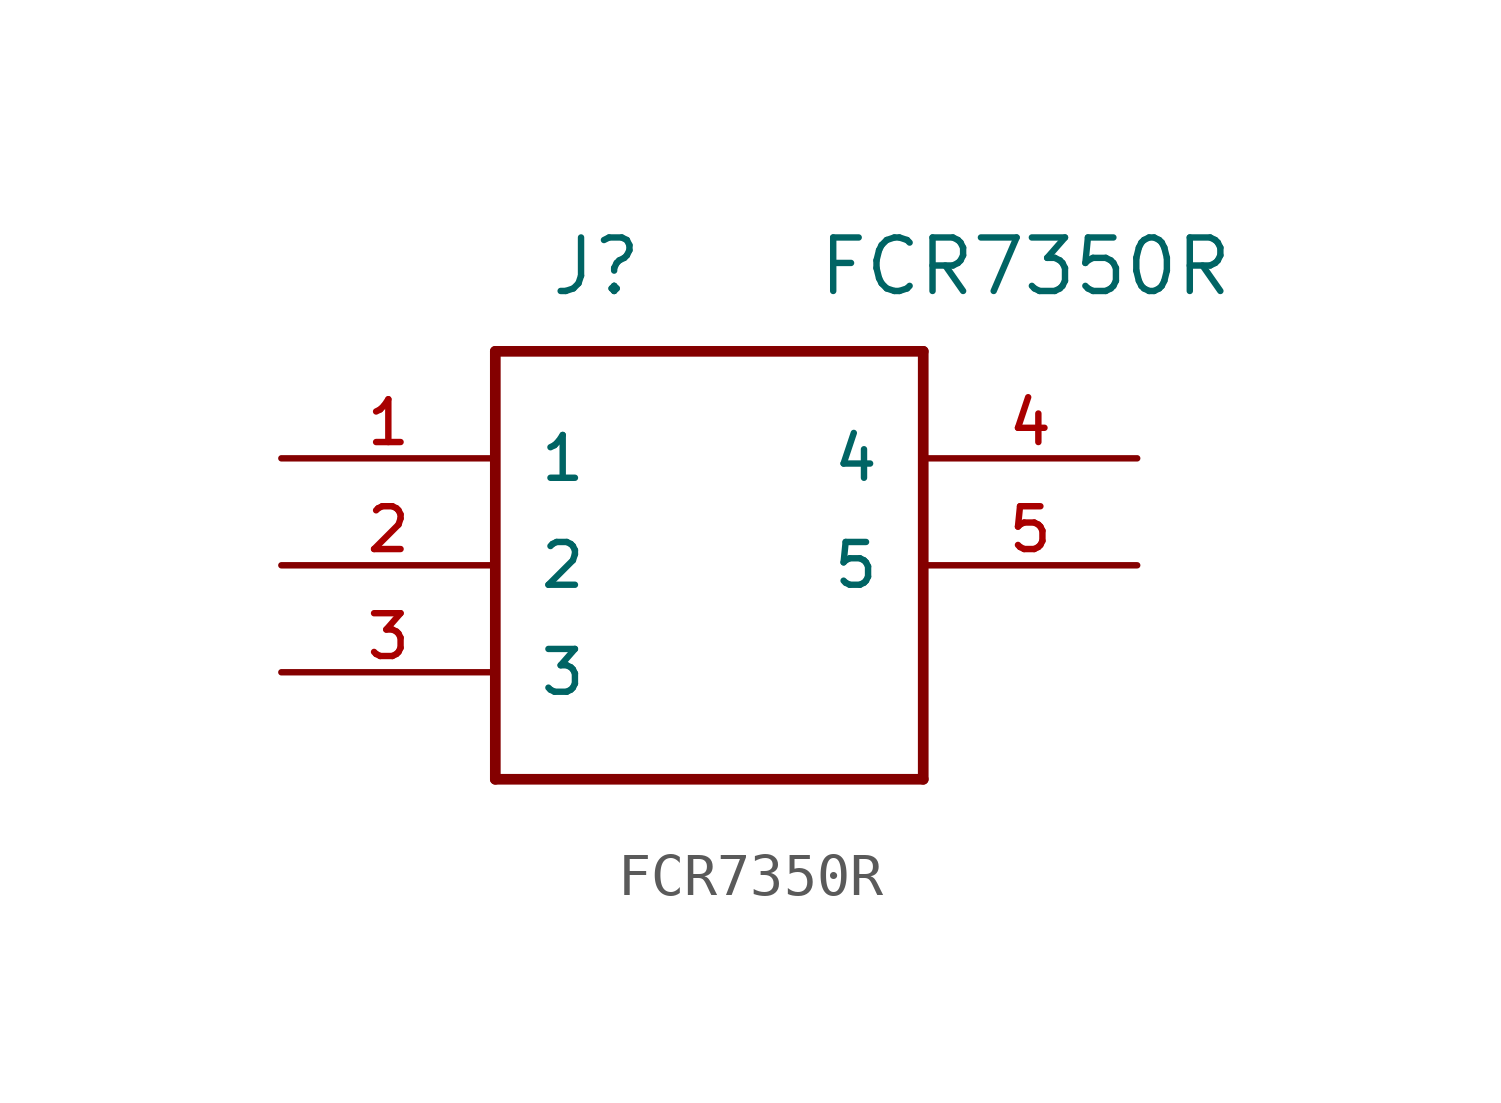
<source format=kicad_sym>
(kicad_symbol_lib
  (version 20211014)
  (generator kicad_symbol_editor)
  (symbol "FCR7350R"
    (pin_names
      (offset 1.016))
    (property "Reference" "J"
      (at 6.35 3.81 0)
      (effects (font (size 1.27 1.27)) (justify left bottom)))
    (property "Value" "FCR7350R"
      (at 12.7 3.81 0)
      (effects (font (size 1.27 1.27)) (justify left bottom)))
    (symbol "FCR7350R_0_0"
      (polyline (pts (xy 5.08 2.54) (xy 5.08 -7.62)) (stroke (width 0.254) (type default) (color 0 0 0 0)) (fill (type none)))
      (polyline (pts (xy 5.08 2.54) (xy 15.24 2.54)) (stroke (width 0.254) (type default) (color 0 0 0 0)) (fill (type none)))
      (polyline (pts (xy 15.24 -7.62) (xy 5.08 -7.62)) (stroke (width 0.254) (type default) (color 0 0 0 0)) (fill (type none)))
      (polyline (pts (xy 15.24 -7.62) (xy 15.24 2.54)) (stroke (width 0.254) (type default) (color 0 0 0 0)) (fill (type none)))
      (pin bidirectional line (at 0 0 0) (length 5.08) (name "1" (effects (font (size 1.016 1.016)))) (number "1" (effects (font (size 1.016 1.016)))))
      (pin bidirectional line (at 0 -2.54 0) (length 5.08) (name "2" (effects (font (size 1.016 1.016)))) (number "2" (effects (font (size 1.016 1.016)))))
      (pin bidirectional line (at 0 -5.08 0) (length 5.08) (name "3" (effects (font (size 1.016 1.016)))) (number "3" (effects (font (size 1.016 1.016)))))
      (pin bidirectional line (at 20.32 0 180) (length 5.08) (name "4" (effects (font (size 1.016 1.016)))) (number "4" (effects (font (size 1.016 1.016)))))
      (pin bidirectional line (at 20.32 -2.54 180) (length 5.08) (name "5" (effects (font (size 1.016 1.016)))) (number "5" (effects (font (size 1.016 1.016))))))))
</source>
